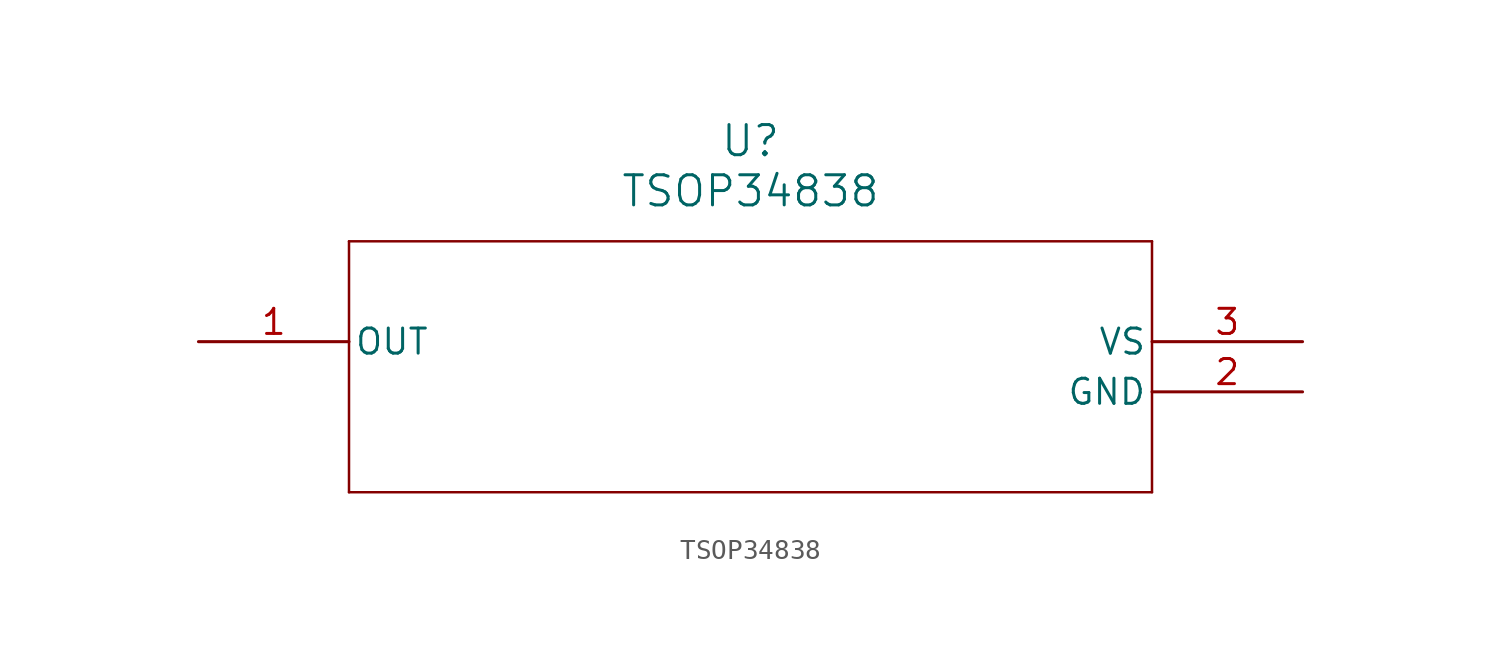
<source format=kicad_sym>
(kicad_symbol_lib
  (version 20211014)
  (generator kicad_symbol_editor)
  (symbol "TSOP34838"
    (pin_names
      (offset 0.254))
    (property "Reference" "U"
      (at 27.94 10.16 0)
      (effects (font (size 1.524 1.524))))
    (property "Value" "TSOP34838"
      (at 27.94 7.62 0)
      (effects (font (size 1.524 1.524))))
    (symbol "TSOP34838_0_1"
      (polyline (pts (xy 7.62 5.08) (xy 7.62 -7.62)) (stroke (width 0.127) (type default) (color 0 0 0 0)) (fill (type none)))
      (polyline (pts (xy 7.62 -7.62) (xy 48.26 -7.62)) (stroke (width 0.127) (type default) (color 0 0 0 0)) (fill (type none)))
      (polyline (pts (xy 48.26 -7.62) (xy 48.26 5.08)) (stroke (width 0.127) (type default) (color 0 0 0 0)) (fill (type none)))
      (polyline (pts (xy 48.26 5.08) (xy 7.62 5.08)) (stroke (width 0.127) (type default) (color 0 0 0 0)) (fill (type none)))
      (pin output line (at 0 0 0) (length 7.62) (name "OUT" (effects (font (size 1.27 1.27)))) (number "1" (effects (font (size 1.27 1.27)))))
      (pin power_in line (at 55.88 -2.54 180) (length 7.62) (name "GND" (effects (font (size 1.27 1.27)))) (number "2" (effects (font (size 1.27 1.27)))))
      (pin power_in line (at 55.88 0 180) (length 7.62) (name "VS" (effects (font (size 1.27 1.27)))) (number "3" (effects (font (size 1.27 1.27))))))))
</source>
